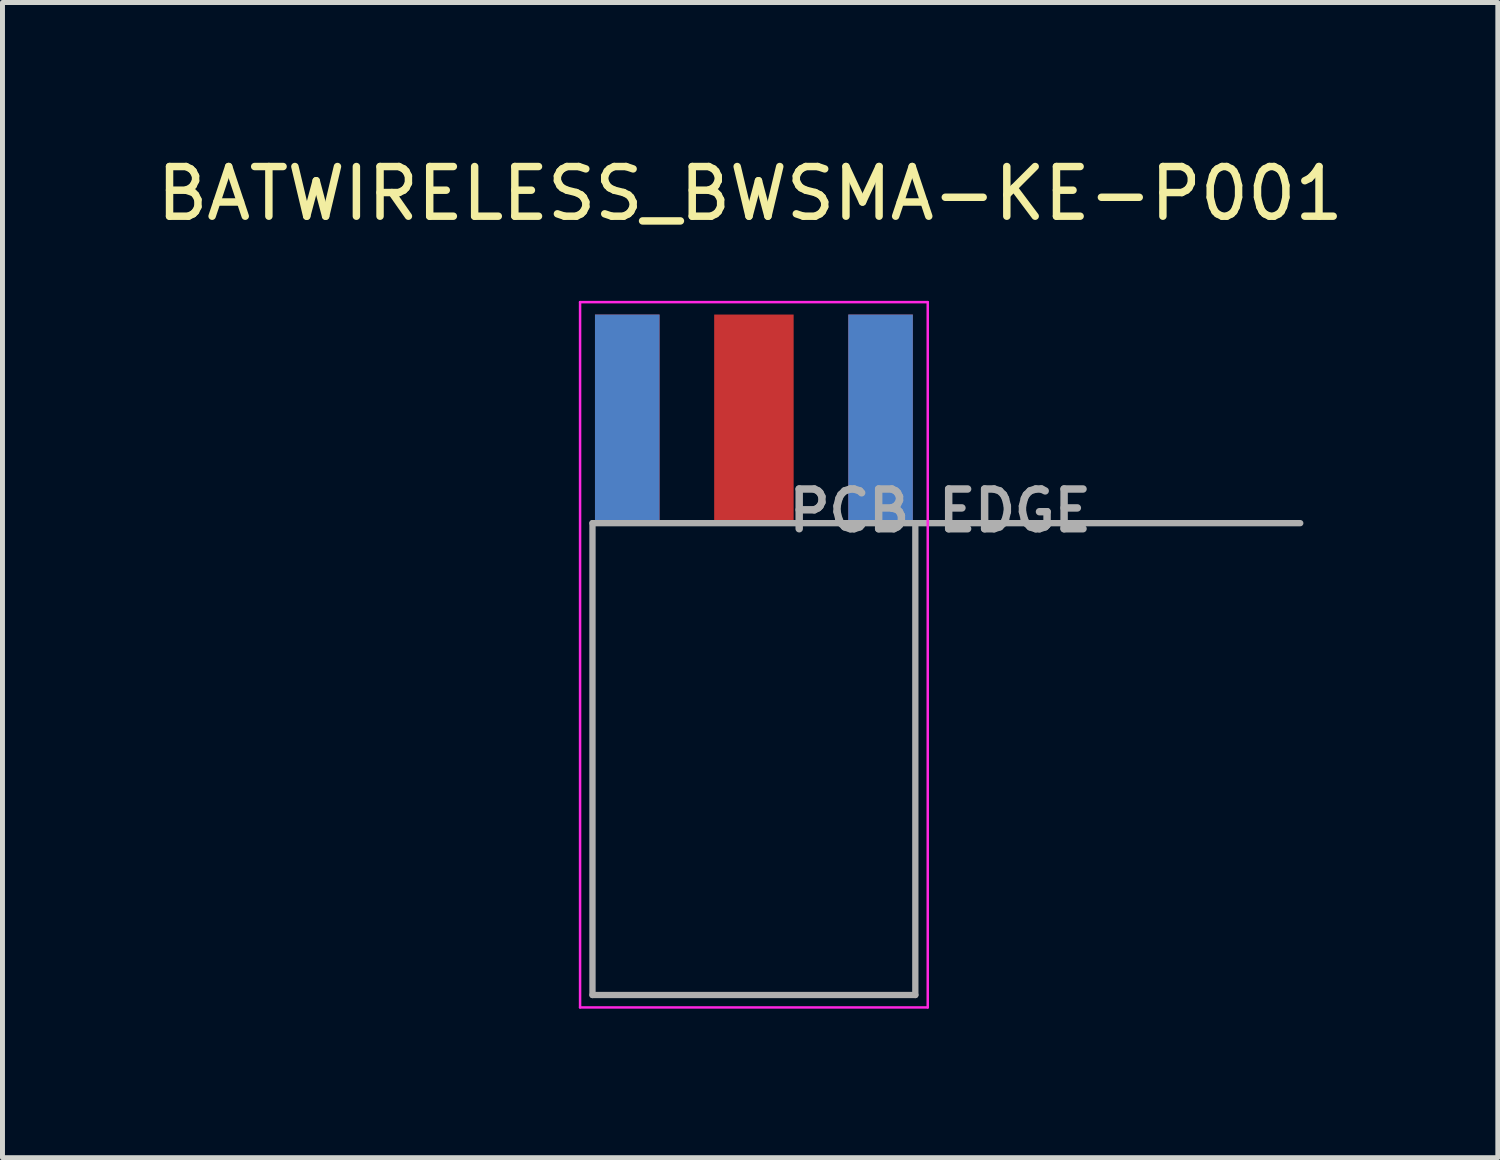
<source format=kicad_pcb>
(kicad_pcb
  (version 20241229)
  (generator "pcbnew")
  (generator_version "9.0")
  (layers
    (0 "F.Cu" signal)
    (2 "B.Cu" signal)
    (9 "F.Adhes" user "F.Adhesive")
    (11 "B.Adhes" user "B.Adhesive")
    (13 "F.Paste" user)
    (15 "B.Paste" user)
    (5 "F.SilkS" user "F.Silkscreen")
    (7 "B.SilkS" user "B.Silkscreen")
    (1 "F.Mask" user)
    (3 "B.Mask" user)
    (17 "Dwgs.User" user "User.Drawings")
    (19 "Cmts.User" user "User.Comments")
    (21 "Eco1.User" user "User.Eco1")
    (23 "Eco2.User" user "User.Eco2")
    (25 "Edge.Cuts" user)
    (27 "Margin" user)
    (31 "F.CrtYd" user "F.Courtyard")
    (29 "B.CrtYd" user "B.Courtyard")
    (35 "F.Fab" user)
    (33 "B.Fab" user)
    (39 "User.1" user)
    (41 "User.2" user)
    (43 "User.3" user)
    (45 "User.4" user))
  (footprint "BATWIRELESS_BWSMA-KE-P001"
    (layer "F.Cu")
    (at 12.129 7.483)
    (property "Reference" "BATWIRELESS_BWSMA-KE-P001" (at -0.075 -6.635 0) (layer "F.SilkS") (effects (font (size 1 1) (thickness 0.15))))
    (attr smd)
    (fp_line (start -3.5 -4.45) (end -3.5 9.75) (stroke (width 0.05) (type solid)) (layer "F.CrtYd"))
    (fp_line (start -3.5 9.75) (end 3.5 9.75) (stroke (width 0.05) (type solid)) (layer "F.CrtYd"))
    (fp_line (start 3.5 -4.45) (end -3.5 -4.45) (stroke (width 0.05) (type solid)) (layer "F.CrtYd"))
    (fp_line (start 3.5 9.75) (end 3.5 -4.45) (stroke (width 0.05) (type solid)) (layer "F.CrtYd"))
    (fp_line (start -3.25 0) (end 3.25 0) (stroke (width 0.127) (type solid)) (layer "F.Fab"))
    (fp_line (start -3.25 9.5) (end -3.25 0) (stroke (width 0.127) (type solid)) (layer "F.Fab"))
    (fp_line (start 3.25 0) (end 3.25 9.5) (stroke (width 0.127) (type solid)) (layer "F.Fab"))
    (fp_line (start 3.25 0) (end 11 0) (stroke (width 0.127) (type solid)) (layer "F.Fab"))
    (fp_line (start 3.25 9.5) (end -3.25 9.5) (stroke (width 0.127) (type solid)) (layer "F.Fab"))
    (fp_text user "PCB EDGE" (at 3.75 -0.25 0) (layer "F.Fab") (effects (font (size 0.8 0.8) (thickness 0.15))))
    (pad "1" smd rect (at 0 -2.1) (size 1.6 4.2) (layers "F.Cu" "F.Mask" "F.Paste"))
    (pad "G1" smd rect (at -2.55 -2.1) (size 1.3 4.2) (layers "F.Cu" "F.Mask" "F.Paste"))
    (pad "G2" smd rect (at 2.55 -2.1) (size 1.3 4.2) (layers "F.Cu" "F.Mask" "F.Paste"))
    (pad "G3" smd rect (at 2.55 -2.1) (size 1.3 4.2) (layers "B.Cu" "B.Mask" "B.Paste"))
    (pad "G4" smd rect (at -2.55 -2.1) (size 1.3 4.2) (layers "B.Cu" "B.Mask" "B.Paste")))
  (gr_rect
    (start -3 -3)
    (end 27.107 20.258)
    (stroke (width 0.1) (type default))
    (fill no)
    (layer "Edge.Cuts")))
</source>
